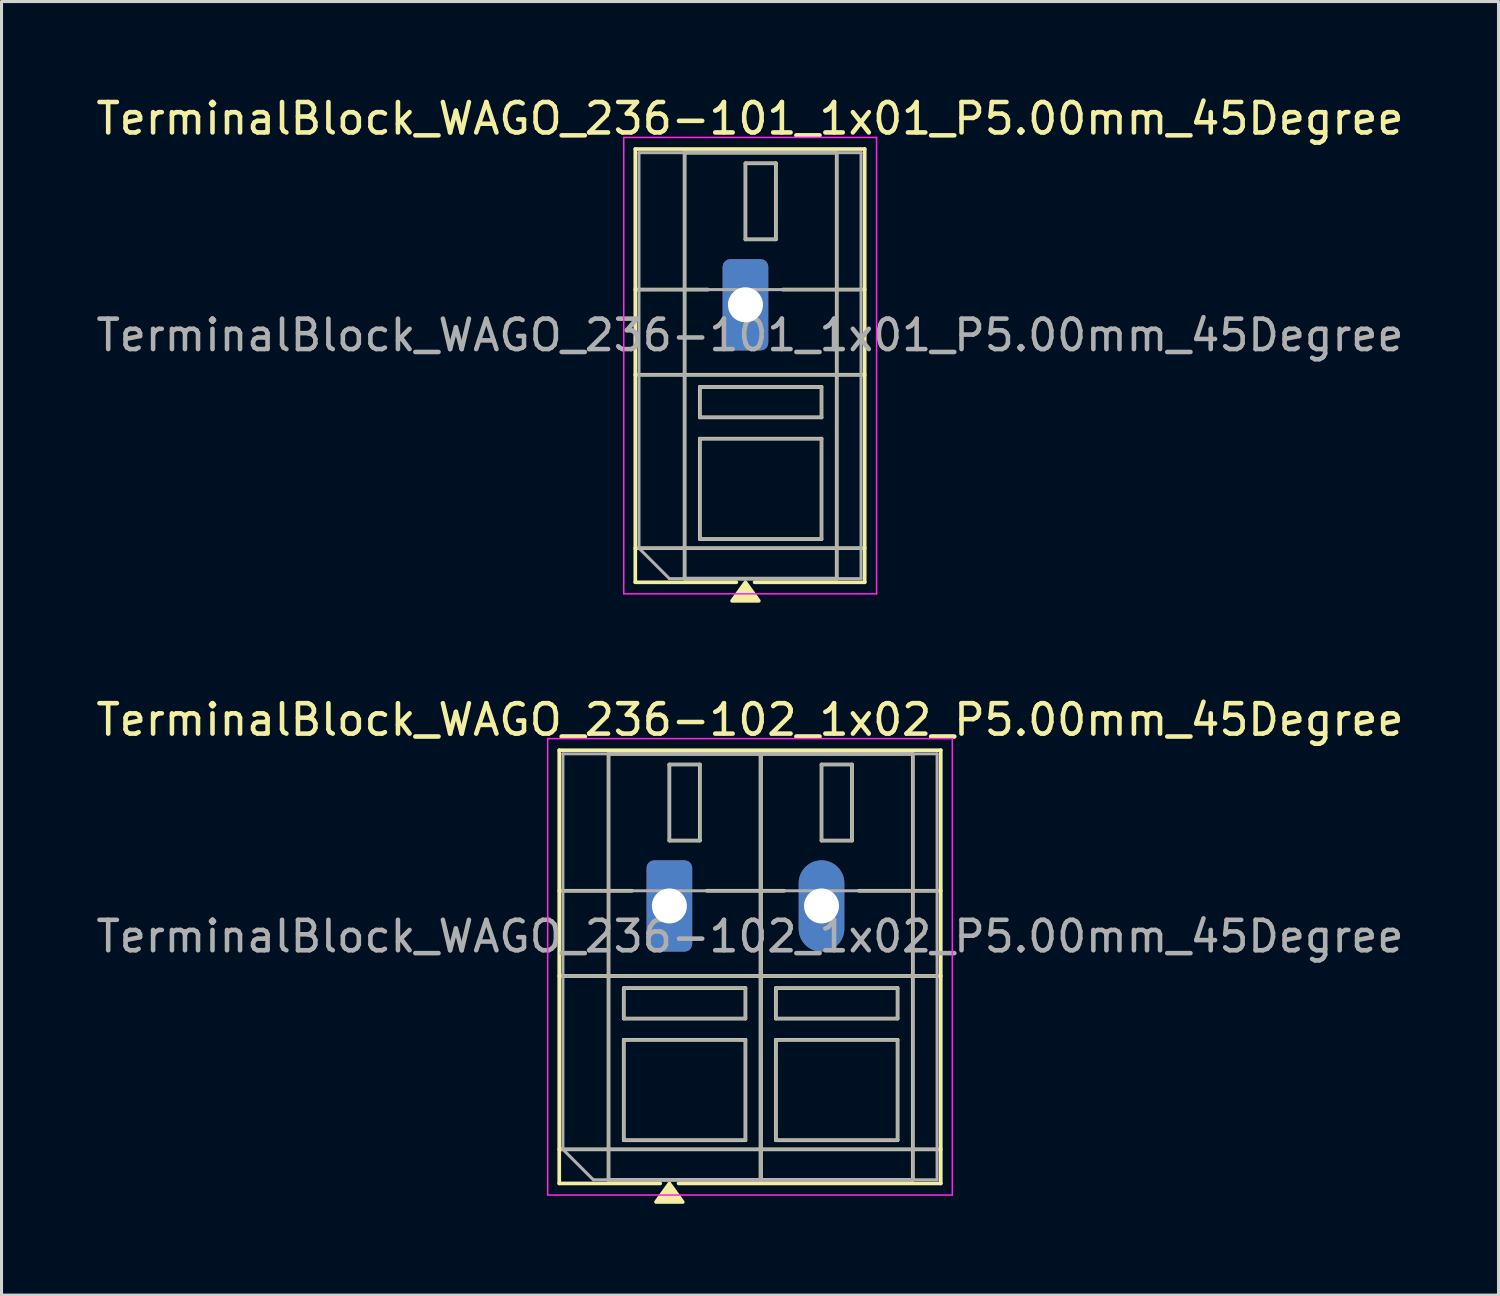
<source format=kicad_pcb>
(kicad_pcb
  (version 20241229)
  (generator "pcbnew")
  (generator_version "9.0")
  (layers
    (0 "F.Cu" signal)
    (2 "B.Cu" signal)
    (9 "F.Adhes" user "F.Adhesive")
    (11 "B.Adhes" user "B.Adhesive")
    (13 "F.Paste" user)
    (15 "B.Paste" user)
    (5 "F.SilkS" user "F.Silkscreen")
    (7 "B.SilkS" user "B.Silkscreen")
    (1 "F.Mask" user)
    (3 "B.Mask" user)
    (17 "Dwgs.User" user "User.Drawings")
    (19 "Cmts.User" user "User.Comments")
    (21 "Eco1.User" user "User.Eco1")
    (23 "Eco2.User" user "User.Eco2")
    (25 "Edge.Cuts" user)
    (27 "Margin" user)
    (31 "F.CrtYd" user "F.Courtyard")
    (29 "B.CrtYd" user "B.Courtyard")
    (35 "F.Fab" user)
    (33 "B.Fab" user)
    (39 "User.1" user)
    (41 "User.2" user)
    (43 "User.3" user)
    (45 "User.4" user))
  (footprint "TerminalBlock_WAGO_236-102_1x02_P5.00mm_45Degree"
    (layer "F.Cu")
    (at 18.951 26.727)
    (property "Reference" "TerminalBlock_WAGO_236-102_1x02_P5.00mm_45Degree" (at 2.65 -6.12 0) (layer "F.SilkS") (effects (font (size 1 1) (thickness 0.15))))
    (attr through_hole)
    (fp_line (start -3.62 -5.12) (end -3.62 9.12) (stroke (width 0.12) (type solid)) (layer "F.SilkS"))
    (fp_line (start -3.62 -5.12) (end 8.92 -5.12) (stroke (width 0.12) (type solid)) (layer "F.SilkS"))
    (fp_line (start -3.62 -0.5) (end -1.23 -0.5) (stroke (width 0.12) (type solid)) (layer "F.SilkS"))
    (fp_line (start -3.62 2.3) (end 8.92 2.3) (stroke (width 0.12) (type solid)) (layer "F.SilkS"))
    (fp_line (start -3.62 8) (end 8.92 8) (stroke (width 0.12) (type solid)) (layer "F.SilkS"))
    (fp_line (start -3.62 9.12) (end -0.3 9.12) (stroke (width 0.12) (type solid)) (layer "F.SilkS"))
    (fp_line (start -2 -5) (end -2 9) (stroke (width 0.12) (type solid)) (layer "F.SilkS"))
    (fp_line (start -2 -5) (end 3 -5) (stroke (width 0.12) (type solid)) (layer "F.SilkS"))
    (fp_line (start -2 9) (end 3 9) (stroke (width 0.12) (type solid)) (layer "F.SilkS"))
    (fp_line (start -1.5 2.7) (end -1.5 3.7) (stroke (width 0.12) (type solid)) (layer "F.SilkS"))
    (fp_line (start -1.5 2.7) (end 2.5 2.7) (stroke (width 0.12) (type solid)) (layer "F.SilkS"))
    (fp_line (start -1.5 3.7) (end 2.5 3.7) (stroke (width 0.12) (type solid)) (layer "F.SilkS"))
    (fp_line (start -1.5 4.4) (end -1.5 7.7) (stroke (width 0.12) (type solid)) (layer "F.SilkS"))
    (fp_line (start -1.5 4.4) (end 2.5 4.4) (stroke (width 0.12) (type solid)) (layer "F.SilkS"))
    (fp_line (start -1.5 7.7) (end 2.5 7.7) (stroke (width 0.12) (type solid)) (layer "F.SilkS"))
    (fp_line (start 0 -4.65) (end 0 -2.15) (stroke (width 0.12) (type solid)) (layer "F.SilkS"))
    (fp_line (start 0 -4.65) (end 1 -4.65) (stroke (width 0.12) (type solid)) (layer "F.SilkS"))
    (fp_line (start 0 -2.15) (end 1 -2.15) (stroke (width 0.12) (type solid)) (layer "F.SilkS"))
    (fp_line (start 0.3 9.12) (end 8.92 9.12) (stroke (width 0.12) (type solid)) (layer "F.SilkS"))
    (fp_line (start 1 -4.65) (end 1 -2.15) (stroke (width 0.12) (type solid)) (layer "F.SilkS"))
    (fp_line (start 1.23 -0.5) (end 3.77 -0.5) (stroke (width 0.12) (type solid)) (layer "F.SilkS"))
    (fp_line (start 2.5 2.7) (end 2.5 3.7) (stroke (width 0.12) (type solid)) (layer "F.SilkS"))
    (fp_line (start 2.5 4.4) (end 2.5 7.7) (stroke (width 0.12) (type solid)) (layer "F.SilkS"))
    (fp_line (start 3 -5) (end 3 9) (stroke (width 0.12) (type solid)) (layer "F.SilkS"))
    (fp_line (start 3 -5) (end 3 9) (stroke (width 0.12) (type solid)) (layer "F.SilkS"))
    (fp_line (start 3 -5) (end 8 -5) (stroke (width 0.12) (type solid)) (layer "F.SilkS"))
    (fp_line (start 3 9) (end 8 9) (stroke (width 0.12) (type solid)) (layer "F.SilkS"))
    (fp_line (start 3.5 2.7) (end 3.5 3.7) (stroke (width 0.12) (type solid)) (layer "F.SilkS"))
    (fp_line (start 3.5 2.7) (end 7.5 2.7) (stroke (width 0.12) (type solid)) (layer "F.SilkS"))
    (fp_line (start 3.5 3.7) (end 7.5 3.7) (stroke (width 0.12) (type solid)) (layer "F.SilkS"))
    (fp_line (start 3.5 4.4) (end 3.5 7.7) (stroke (width 0.12) (type solid)) (layer "F.SilkS"))
    (fp_line (start 3.5 4.4) (end 7.5 4.4) (stroke (width 0.12) (type solid)) (layer "F.SilkS"))
    (fp_line (start 3.5 7.7) (end 7.5 7.7) (stroke (width 0.12) (type solid)) (layer "F.SilkS"))
    (fp_line (start 5 -4.65) (end 5 -2.15) (stroke (width 0.12) (type solid)) (layer "F.SilkS"))
    (fp_line (start 5 -4.65) (end 6 -4.65) (stroke (width 0.12) (type solid)) (layer "F.SilkS"))
    (fp_line (start 5 -2.15) (end 6 -2.15) (stroke (width 0.12) (type solid)) (layer "F.SilkS"))
    (fp_line (start 6 -4.65) (end 6 -2.15) (stroke (width 0.12) (type solid)) (layer "F.SilkS"))
    (fp_line (start 6.23 -0.5) (end 8.92 -0.5) (stroke (width 0.12) (type solid)) (layer "F.SilkS"))
    (fp_line (start 7.5 2.7) (end 7.5 3.7) (stroke (width 0.12) (type solid)) (layer "F.SilkS"))
    (fp_line (start 7.5 4.4) (end 7.5 7.7) (stroke (width 0.12) (type solid)) (layer "F.SilkS"))
    (fp_line (start 8 -5) (end 8 9) (stroke (width 0.12) (type solid)) (layer "F.SilkS"))
    (fp_line (start 8.92 -5.12) (end 8.92 9.12) (stroke (width 0.12) (type solid)) (layer "F.SilkS"))
    (fp_poly (pts (xy 0 9.12) (xy 0.44 9.73) (xy -0.44 9.73)) (stroke (width 0.12) (type solid)) (fill yes) (layer "F.SilkS"))
    (fp_line (start -4 -5.5) (end -4 9.5) (stroke (width 0.05) (type solid)) (layer "F.CrtYd"))
    (fp_line (start -4 9.5) (end 9.3 9.5) (stroke (width 0.05) (type solid)) (layer "F.CrtYd"))
    (fp_line (start 9.3 -5.5) (end -4 -5.5) (stroke (width 0.05) (type solid)) (layer "F.CrtYd"))
    (fp_line (start 9.3 9.5) (end 9.3 -5.5) (stroke (width 0.05) (type solid)) (layer "F.CrtYd"))
    (fp_line (start -3.5 -5) (end 8.8 -5) (stroke (width 0.1) (type solid)) (layer "F.Fab"))
    (fp_line (start -3.5 -0.5) (end 8.8 -0.5) (stroke (width 0.1) (type solid)) (layer "F.Fab"))
    (fp_line (start -3.5 2.3) (end 8.8 2.3) (stroke (width 0.1) (type solid)) (layer "F.Fab"))
    (fp_line (start -3.5 8) (end -3.5 -5) (stroke (width 0.1) (type solid)) (layer "F.Fab"))
    (fp_line (start -3.5 8) (end 8.8 8) (stroke (width 0.1) (type solid)) (layer "F.Fab"))
    (fp_line (start -2.5 9) (end -3.5 8) (stroke (width 0.1) (type solid)) (layer "F.Fab"))
    (fp_line (start -2 -5) (end -2 9) (stroke (width 0.1) (type solid)) (layer "F.Fab"))
    (fp_line (start -2 9) (end 3 9) (stroke (width 0.1) (type solid)) (layer "F.Fab"))
    (fp_line (start -1.5 2.7) (end -1.5 3.7) (stroke (width 0.1) (type solid)) (layer "F.Fab"))
    (fp_line (start -1.5 3.7) (end 2.5 3.7) (stroke (width 0.1) (type solid)) (layer "F.Fab"))
    (fp_line (start -1.5 4.4) (end -1.5 7.7) (stroke (width 0.1) (type solid)) (layer "F.Fab"))
    (fp_line (start -1.5 7.7) (end 2.5 7.7) (stroke (width 0.1) (type solid)) (layer "F.Fab"))
    (fp_line (start 0 -4.65) (end 0 -2.15) (stroke (width 0.1) (type solid)) (layer "F.Fab"))
    (fp_line (start 0 -2.15) (end 1 -2.15) (stroke (width 0.1) (type solid)) (layer "F.Fab"))
    (fp_line (start 1 -4.65) (end 0 -4.65) (stroke (width 0.1) (type solid)) (layer "F.Fab"))
    (fp_line (start 1 -2.15) (end 1 -4.65) (stroke (width 0.1) (type solid)) (layer "F.Fab"))
    (fp_line (start 2.5 2.7) (end -1.5 2.7) (stroke (width 0.1) (type solid)) (layer "F.Fab"))
    (fp_line (start 2.5 3.7) (end 2.5 2.7) (stroke (width 0.1) (type solid)) (layer "F.Fab"))
    (fp_line (start 2.5 4.4) (end -1.5 4.4) (stroke (width 0.1) (type solid)) (layer "F.Fab"))
    (fp_line (start 2.5 7.7) (end 2.5 4.4) (stroke (width 0.1) (type solid)) (layer "F.Fab"))
    (fp_line (start 3 -5) (end -2 -5) (stroke (width 0.1) (type solid)) (layer "F.Fab"))
    (fp_line (start 3 -5) (end 3 9) (stroke (width 0.1) (type solid)) (layer "F.Fab"))
    (fp_line (start 3 9) (end 3 -5) (stroke (width 0.1) (type solid)) (layer "F.Fab"))
    (fp_line (start 3 9) (end 8 9) (stroke (width 0.1) (type solid)) (layer "F.Fab"))
    (fp_line (start 3.5 2.7) (end 3.5 3.7) (stroke (width 0.1) (type solid)) (layer "F.Fab"))
    (fp_line (start 3.5 3.7) (end 7.5 3.7) (stroke (width 0.1) (type solid)) (layer "F.Fab"))
    (fp_line (start 3.5 4.4) (end 3.5 7.7) (stroke (width 0.1) (type solid)) (layer "F.Fab"))
    (fp_line (start 3.5 7.7) (end 7.5 7.7) (stroke (width 0.1) (type solid)) (layer "F.Fab"))
    (fp_line (start 5 -4.65) (end 5 -2.15) (stroke (width 0.1) (type solid)) (layer "F.Fab"))
    (fp_line (start 5 -2.15) (end 6 -2.15) (stroke (width 0.1) (type solid)) (layer "F.Fab"))
    (fp_line (start 6 -4.65) (end 5 -4.65) (stroke (width 0.1) (type solid)) (layer "F.Fab"))
    (fp_line (start 6 -2.15) (end 6 -4.65) (stroke (width 0.1) (type solid)) (layer "F.Fab"))
    (fp_line (start 7.5 2.7) (end 3.5 2.7) (stroke (width 0.1) (type solid)) (layer "F.Fab"))
    (fp_line (start 7.5 3.7) (end 7.5 2.7) (stroke (width 0.1) (type solid)) (layer "F.Fab"))
    (fp_line (start 7.5 4.4) (end 3.5 4.4) (stroke (width 0.1) (type solid)) (layer "F.Fab"))
    (fp_line (start 7.5 7.7) (end 7.5 4.4) (stroke (width 0.1) (type solid)) (layer "F.Fab"))
    (fp_line (start 8 -5) (end 3 -5) (stroke (width 0.1) (type solid)) (layer "F.Fab"))
    (fp_line (start 8 9) (end 8 -5) (stroke (width 0.1) (type solid)) (layer "F.Fab"))
    (fp_line (start 8.8 -5) (end 8.8 9) (stroke (width 0.1) (type solid)) (layer "F.Fab"))
    (fp_line (start 8.8 9) (end -2.5 9) (stroke (width 0.1) (type solid)) (layer "F.Fab"))
    (fp_text user "${REFERENCE}" (at 2.65 1 0) (layer "F.Fab") (effects (font (size 1 1) (thickness 0.15))))
    (pad "1" thru_hole roundrect (at 0 0) (size 1.5 3) (drill 1.15) (layers "*.Cu" "*.Mask") (roundrect_rratio 0.167))
    (pad "2" thru_hole oval (at 5 0) (size 1.5 3) (drill 1.15) (layers "*.Cu" "*.Mask")))
  (footprint "TerminalBlock_WAGO_236-101_1x01_P5.00mm_45Degree"
    (layer "F.Cu")
    (at 21.451 6.968)
    (property "Reference" "TerminalBlock_WAGO_236-101_1x01_P5.00mm_45Degree" (at 0.15 -6.12 0) (layer "F.SilkS") (effects (font (size 1 1) (thickness 0.15))))
    (attr through_hole)
    (fp_line (start -3.62 -5.12) (end -3.62 9.12) (stroke (width 0.12) (type solid)) (layer "F.SilkS"))
    (fp_line (start -3.62 -5.12) (end 3.92 -5.12) (stroke (width 0.12) (type solid)) (layer "F.SilkS"))
    (fp_line (start -3.62 -0.5) (end -1.23 -0.5) (stroke (width 0.12) (type solid)) (layer "F.SilkS"))
    (fp_line (start -3.62 2.3) (end 3.92 2.3) (stroke (width 0.12) (type solid)) (layer "F.SilkS"))
    (fp_line (start -3.62 8) (end 3.92 8) (stroke (width 0.12) (type solid)) (layer "F.SilkS"))
    (fp_line (start -3.62 9.12) (end -0.3 9.12) (stroke (width 0.12) (type solid)) (layer "F.SilkS"))
    (fp_line (start -2 -5) (end -2 9) (stroke (width 0.12) (type solid)) (layer "F.SilkS"))
    (fp_line (start -2 -5) (end 3 -5) (stroke (width 0.12) (type solid)) (layer "F.SilkS"))
    (fp_line (start -2 9) (end 3 9) (stroke (width 0.12) (type solid)) (layer "F.SilkS"))
    (fp_line (start -1.5 2.7) (end -1.5 3.7) (stroke (width 0.12) (type solid)) (layer "F.SilkS"))
    (fp_line (start -1.5 2.7) (end 2.5 2.7) (stroke (width 0.12) (type solid)) (layer "F.SilkS"))
    (fp_line (start -1.5 3.7) (end 2.5 3.7) (stroke (width 0.12) (type solid)) (layer "F.SilkS"))
    (fp_line (start -1.5 4.4) (end -1.5 7.7) (stroke (width 0.12) (type solid)) (layer "F.SilkS"))
    (fp_line (start -1.5 4.4) (end 2.5 4.4) (stroke (width 0.12) (type solid)) (layer "F.SilkS"))
    (fp_line (start -1.5 7.7) (end 2.5 7.7) (stroke (width 0.12) (type solid)) (layer "F.SilkS"))
    (fp_line (start 0 -4.65) (end 0 -2.15) (stroke (width 0.12) (type solid)) (layer "F.SilkS"))
    (fp_line (start 0 -4.65) (end 1 -4.65) (stroke (width 0.12) (type solid)) (layer "F.SilkS"))
    (fp_line (start 0 -2.15) (end 1 -2.15) (stroke (width 0.12) (type solid)) (layer "F.SilkS"))
    (fp_line (start 0.3 9.12) (end 3.92 9.12) (stroke (width 0.12) (type solid)) (layer "F.SilkS"))
    (fp_line (start 1 -4.65) (end 1 -2.15) (stroke (width 0.12) (type solid)) (layer "F.SilkS"))
    (fp_line (start 1.23 -0.5) (end 3.92 -0.5) (stroke (width 0.12) (type solid)) (layer "F.SilkS"))
    (fp_line (start 2.5 2.7) (end 2.5 3.7) (stroke (width 0.12) (type solid)) (layer "F.SilkS"))
    (fp_line (start 2.5 4.4) (end 2.5 7.7) (stroke (width 0.12) (type solid)) (layer "F.SilkS"))
    (fp_line (start 3 -5) (end 3 9) (stroke (width 0.12) (type solid)) (layer "F.SilkS"))
    (fp_line (start 3.92 -5.12) (end 3.92 9.12) (stroke (width 0.12) (type solid)) (layer "F.SilkS"))
    (fp_poly (pts (xy 0 9.12) (xy 0.44 9.73) (xy -0.44 9.73)) (stroke (width 0.12) (type solid)) (fill yes) (layer "F.SilkS"))
    (fp_line (start -4 -5.5) (end -4 9.5) (stroke (width 0.05) (type solid)) (layer "F.CrtYd"))
    (fp_line (start -4 9.5) (end 4.31 9.5) (stroke (width 0.05) (type solid)) (layer "F.CrtYd"))
    (fp_line (start 4.31 -5.5) (end -4 -5.5) (stroke (width 0.05) (type solid)) (layer "F.CrtYd"))
    (fp_line (start 4.31 9.5) (end 4.31 -5.5) (stroke (width 0.05) (type solid)) (layer "F.CrtYd"))
    (fp_line (start -3.5 -5) (end 3.8 -5) (stroke (width 0.1) (type solid)) (layer "F.Fab"))
    (fp_line (start -3.5 -0.5) (end 3.8 -0.5) (stroke (width 0.1) (type solid)) (layer "F.Fab"))
    (fp_line (start -3.5 2.3) (end 3.8 2.3) (stroke (width 0.1) (type solid)) (layer "F.Fab"))
    (fp_line (start -3.5 8) (end -3.5 -5) (stroke (width 0.1) (type solid)) (layer "F.Fab"))
    (fp_line (start -3.5 8) (end 3.8 8) (stroke (width 0.1) (type solid)) (layer "F.Fab"))
    (fp_line (start -2.5 9) (end -3.5 8) (stroke (width 0.1) (type solid)) (layer "F.Fab"))
    (fp_line (start -2 -5) (end -2 9) (stroke (width 0.1) (type solid)) (layer "F.Fab"))
    (fp_line (start -2 9) (end 3 9) (stroke (width 0.1) (type solid)) (layer "F.Fab"))
    (fp_line (start -1.5 2.7) (end -1.5 3.7) (stroke (width 0.1) (type solid)) (layer "F.Fab"))
    (fp_line (start -1.5 3.7) (end 2.5 3.7) (stroke (width 0.1) (type solid)) (layer "F.Fab"))
    (fp_line (start -1.5 4.4) (end -1.5 7.7) (stroke (width 0.1) (type solid)) (layer "F.Fab"))
    (fp_line (start -1.5 7.7) (end 2.5 7.7) (stroke (width 0.1) (type solid)) (layer "F.Fab"))
    (fp_line (start 0 -4.65) (end 0 -2.15) (stroke (width 0.1) (type solid)) (layer "F.Fab"))
    (fp_line (start 0 -2.15) (end 1 -2.15) (stroke (width 0.1) (type solid)) (layer "F.Fab"))
    (fp_line (start 1 -4.65) (end 0 -4.65) (stroke (width 0.1) (type solid)) (layer "F.Fab"))
    (fp_line (start 1 -2.15) (end 1 -4.65) (stroke (width 0.1) (type solid)) (layer "F.Fab"))
    (fp_line (start 2.5 2.7) (end -1.5 2.7) (stroke (width 0.1) (type solid)) (layer "F.Fab"))
    (fp_line (start 2.5 3.7) (end 2.5 2.7) (stroke (width 0.1) (type solid)) (layer "F.Fab"))
    (fp_line (start 2.5 4.4) (end -1.5 4.4) (stroke (width 0.1) (type solid)) (layer "F.Fab"))
    (fp_line (start 2.5 7.7) (end 2.5 4.4) (stroke (width 0.1) (type solid)) (layer "F.Fab"))
    (fp_line (start 3 -5) (end -2 -5) (stroke (width 0.1) (type solid)) (layer "F.Fab"))
    (fp_line (start 3 9) (end 3 -5) (stroke (width 0.1) (type solid)) (layer "F.Fab"))
    (fp_line (start 3.8 -5) (end 3.8 9) (stroke (width 0.1) (type solid)) (layer "F.Fab"))
    (fp_line (start 3.8 9) (end -2.5 9) (stroke (width 0.1) (type solid)) (layer "F.Fab"))
    (fp_text user "${REFERENCE}" (at 0.15 1 0) (layer "F.Fab") (effects (font (size 1 1) (thickness 0.15))))
    (pad "1" thru_hole roundrect (at 0 0) (size 1.5 3) (drill 1.15) (layers "*.Cu" "*.Mask") (roundrect_rratio 0.167)))
  (gr_rect
    (start -3 -3)
    (end 46.202 39.517)
    (stroke (width 0.1) (type default))
    (fill no)
    (layer "Edge.Cuts")))
</source>
